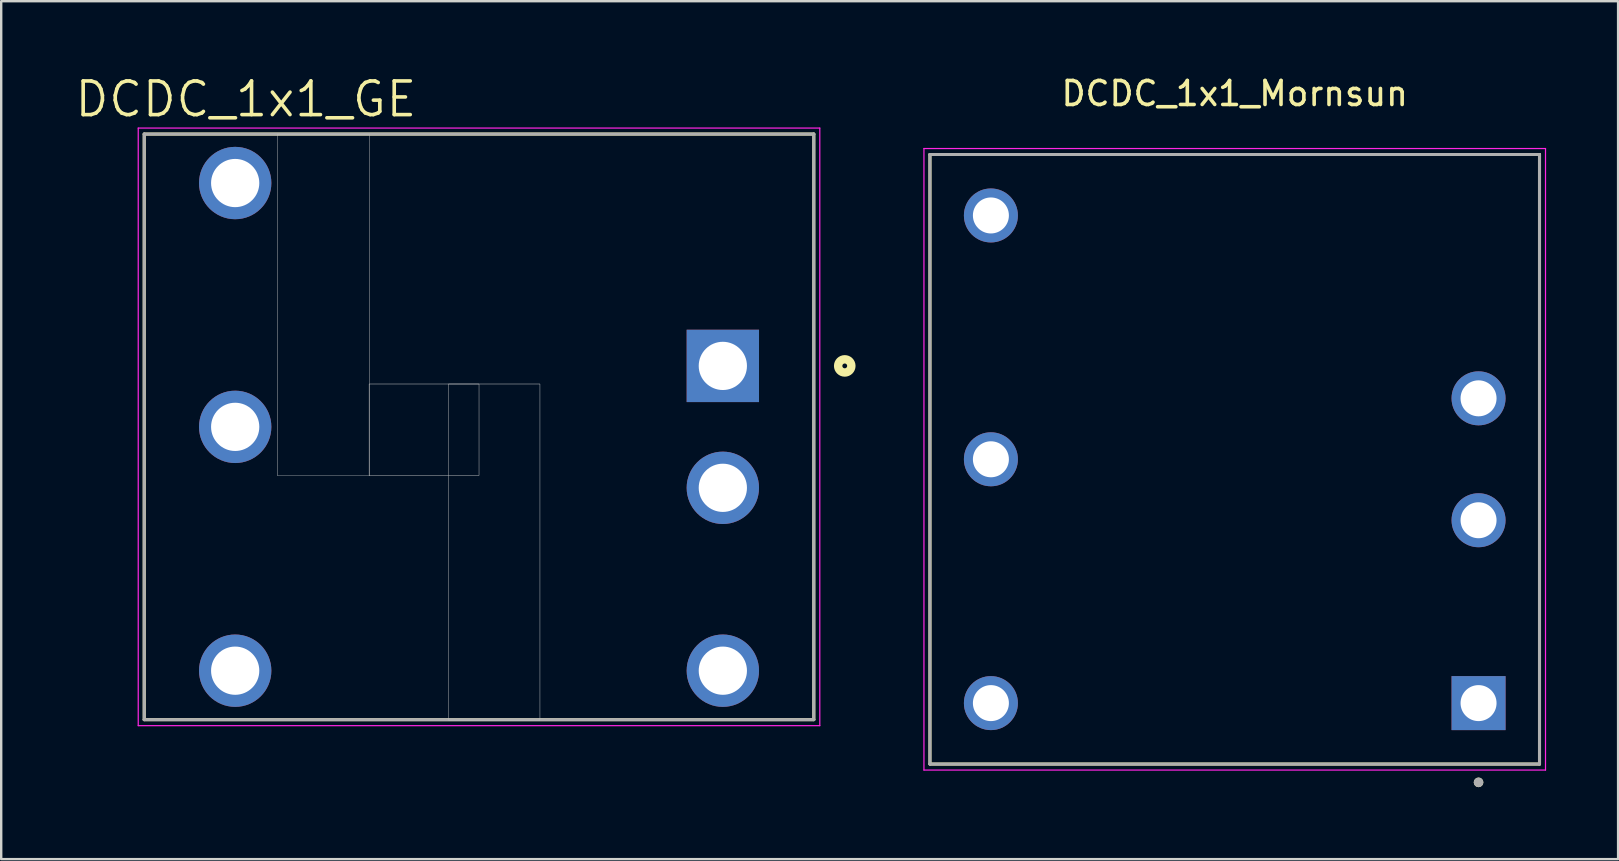
<source format=kicad_pcb>
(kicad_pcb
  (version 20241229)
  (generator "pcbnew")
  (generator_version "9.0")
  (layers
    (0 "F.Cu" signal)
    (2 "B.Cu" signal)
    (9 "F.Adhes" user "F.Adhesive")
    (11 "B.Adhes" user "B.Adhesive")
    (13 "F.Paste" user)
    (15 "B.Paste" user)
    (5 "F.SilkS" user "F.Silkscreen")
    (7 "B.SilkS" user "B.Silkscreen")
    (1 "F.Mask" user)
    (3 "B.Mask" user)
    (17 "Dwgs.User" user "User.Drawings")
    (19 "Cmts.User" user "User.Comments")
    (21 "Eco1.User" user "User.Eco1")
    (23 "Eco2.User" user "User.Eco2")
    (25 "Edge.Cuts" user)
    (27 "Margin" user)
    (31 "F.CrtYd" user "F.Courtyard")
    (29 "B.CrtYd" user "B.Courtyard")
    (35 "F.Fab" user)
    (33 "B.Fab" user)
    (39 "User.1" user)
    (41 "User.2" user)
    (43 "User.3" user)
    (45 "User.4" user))
  (footprint "DCDC_1x1_Mornsun"
    (layer "F.Cu")
    (at 48.4 16.088)
    (property "Reference" "DCDC_1x1_Mornsun" (at 0 -15.24 180) (layer "F.SilkS") (effects (font (size 1 1) (thickness 0.15))))
    (attr through_hole)
    (fp_line (start -12.7 -12.7) (end 12.7 -12.7) (stroke (width 0.127) (type solid)) (layer "F.SilkS"))
    (fp_line (start -12.7 12.7) (end -12.7 -12.7) (stroke (width 0.127) (type solid)) (layer "F.SilkS"))
    (fp_line (start 12.7 -12.7) (end 12.7 12.7) (stroke (width 0.127) (type solid)) (layer "F.SilkS"))
    (fp_line (start 12.7 12.7) (end -12.7 12.7) (stroke (width 0.127) (type solid)) (layer "F.SilkS"))
    (fp_circle (center 10.16 13.462) (end 10.06 13.462) (stroke (width 0.2) (type solid)) (fill no) (layer "F.SilkS"))
    (fp_line (start -12.95 -12.95) (end 12.95 -12.95) (stroke (width 0.05) (type solid)) (layer "F.CrtYd"))
    (fp_line (start -12.95 12.95) (end -12.95 -12.95) (stroke (width 0.05) (type solid)) (layer "F.CrtYd"))
    (fp_line (start 12.95 -12.95) (end 12.95 12.95) (stroke (width 0.05) (type solid)) (layer "F.CrtYd"))
    (fp_line (start 12.95 12.95) (end -12.95 12.95) (stroke (width 0.05) (type solid)) (layer "F.CrtYd"))
    (fp_line (start -12.7 -12.7) (end -12.7 12.7) (stroke (width 0.127) (type solid)) (layer "F.Fab"))
    (fp_line (start 12.7 -12.7) (end -12.7 -12.7) (stroke (width 0.127) (type solid)) (layer "F.Fab"))
    (fp_line (start 12.7 12.7) (end -12.7 12.7) (stroke (width 0.127) (type solid)) (layer "F.Fab"))
    (fp_line (start 12.7 12.7) (end 12.7 -12.7) (stroke (width 0.127) (type solid)) (layer "F.Fab"))
    (fp_circle (center 10.16 13.462) (end 10.06 13.462) (stroke (width 0.2) (type solid)) (fill no) (layer "F.Fab"))
    (pad "1" thru_hole rect (at 10.16 10.16 180) (size 2.25 2.25) (drill 1.5) (layers "*.Cu" "*.Mask"))
    (pad "2" thru_hole circle (at 10.16 2.54 180) (size 2.25 2.25) (drill 1.5) (layers "*.Cu" "*.Mask"))
    (pad "3" thru_hole circle (at 10.16 -2.54 180) (size 2.25 2.25) (drill 1.5) (layers "*.Cu" "*.Mask"))
    (pad "4" thru_hole circle (at -10.16 -10.16 180) (size 2.25 2.25) (drill 1.5) (layers "*.Cu" "*.Mask"))
    (pad "5" thru_hole circle (at -10.16 0 180) (size 2.25 2.25) (drill 1.5) (layers "*.Cu" "*.Mask"))
    (pad "6" thru_hole circle (at -10.16 10.16 180) (size 2.25 2.25) (drill 1.5) (layers "*.Cu" "*.Mask")))
  (footprint "DCDC_1x1_GE"
    (layer "F.Cu")
    (at 16.91 14.737)
    (property "Reference" "DCDC_1x1_GE" (at -9.713 -13.654 0) (layer "F.SilkS") (effects (font (size 1.403 1.403) (thickness 0.15))))
    (attr through_hole)
    (fp_line (start -13.95 -12.2) (end 13.95 -12.2) (stroke (width 0.127) (type solid)) (layer "F.SilkS"))
    (fp_line (start -13.95 12.2) (end -13.95 -12.2) (stroke (width 0.127) (type solid)) (layer "F.SilkS"))
    (fp_line (start 13.95 -12.2) (end 13.95 12.2) (stroke (width 0.127) (type solid)) (layer "F.SilkS"))
    (fp_line (start 13.95 12.2) (end -13.95 12.2) (stroke (width 0.127) (type solid)) (layer "F.SilkS"))
    (fp_circle (center 15.24 -2.54) (end 15.34 -2.54) (stroke (width 0.35) (type solid)) (fill no) (layer "F.SilkS"))
    (fp_poly (pts (xy -8.396 -12.2) (xy -4.572 -12.2) (xy -4.572 2.043) (xy -8.396 2.043)) (stroke (width 0.01) (type solid)) (fill no) (layer "Dwgs.User"))
    (fp_poly (pts (xy -8.385 -12.2) (xy -4.572 -12.2) (xy -4.572 2.041) (xy -8.385 2.041)) (stroke (width 0.01) (type solid)) (fill no) (layer "Dwgs.User"))
    (fp_poly (pts (xy -4.581 -1.786) (xy 0 -1.786) (xy 0 2.028) (xy -4.581 2.028)) (stroke (width 0.01) (type solid)) (fill no) (layer "Dwgs.User"))
    (fp_poly (pts (xy -4.581 -1.786) (xy 0 -1.786) (xy 0 2.028) (xy -4.581 2.028)) (stroke (width 0.01) (type solid)) (fill no) (layer "Dwgs.User"))
    (fp_poly (pts (xy -1.273 -1.786) (xy 2.54 -1.786) (xy 2.54 12.225) (xy -1.273 12.225)) (stroke (width 0.01) (type solid)) (fill no) (layer "Dwgs.User"))
    (fp_poly (pts (xy -1.272 -1.786) (xy 2.54 -1.786) (xy 2.54 12.215) (xy -1.272 12.215)) (stroke (width 0.01) (type solid)) (fill no) (layer "Dwgs.User"))
    (fp_line (start -14.2 -12.45) (end 14.2 -12.45) (stroke (width 0.05) (type solid)) (layer "F.CrtYd"))
    (fp_line (start -14.2 12.45) (end -14.2 -12.45) (stroke (width 0.05) (type solid)) (layer "F.CrtYd"))
    (fp_line (start 14.2 -12.45) (end 14.2 12.45) (stroke (width 0.05) (type solid)) (layer "F.CrtYd"))
    (fp_line (start 14.2 12.45) (end -14.2 12.45) (stroke (width 0.05) (type solid)) (layer "F.CrtYd"))
    (fp_line (start -13.95 -12.2) (end 13.95 -12.2) (stroke (width 0.127) (type solid)) (layer "F.Fab"))
    (fp_line (start -13.95 12.2) (end -13.95 -12.2) (stroke (width 0.127) (type solid)) (layer "F.Fab"))
    (fp_line (start 13.95 -12.2) (end 13.95 12.2) (stroke (width 0.127) (type solid)) (layer "F.Fab"))
    (fp_line (start 13.95 12.2) (end -13.95 12.2) (stroke (width 0.127) (type solid)) (layer "F.Fab"))
    (pad "1" thru_hole rect (at 10.16 -2.54) (size 3.015 3.015) (drill 2.01) (layers "*.Cu" "*.Mask"))
    (pad "2" thru_hole circle (at 10.16 2.54) (size 3.015 3.015) (drill 2.01) (layers "*.Cu" "*.Mask"))
    (pad "3" thru_hole circle (at 10.16 10.16) (size 3.015 3.015) (drill 2.01) (layers "*.Cu" "*.Mask"))
    (pad "4" thru_hole circle (at -10.16 10.16) (size 3.015 3.015) (drill 2.01) (layers "*.Cu" "*.Mask"))
    (pad "5" thru_hole circle (at -10.16 0) (size 3.015 3.015) (drill 2.01) (layers "*.Cu" "*.Mask"))
    (pad "6" thru_hole circle (at -10.16 -10.16) (size 3.015 3.015) (drill 2.01) (layers "*.Cu" "*.Mask")))
  (gr_rect
    (start -3 -3)
    (end 64.375 32.75)
    (stroke (width 0.1) (type default))
    (fill no)
    (layer "Edge.Cuts")))
</source>
